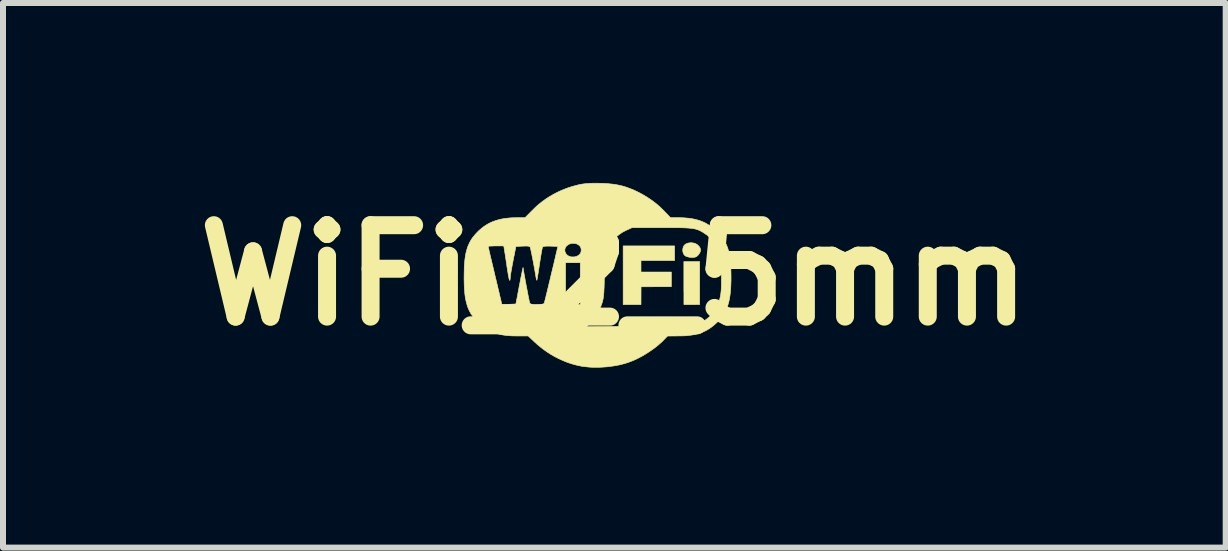
<source format=kicad_pcb>
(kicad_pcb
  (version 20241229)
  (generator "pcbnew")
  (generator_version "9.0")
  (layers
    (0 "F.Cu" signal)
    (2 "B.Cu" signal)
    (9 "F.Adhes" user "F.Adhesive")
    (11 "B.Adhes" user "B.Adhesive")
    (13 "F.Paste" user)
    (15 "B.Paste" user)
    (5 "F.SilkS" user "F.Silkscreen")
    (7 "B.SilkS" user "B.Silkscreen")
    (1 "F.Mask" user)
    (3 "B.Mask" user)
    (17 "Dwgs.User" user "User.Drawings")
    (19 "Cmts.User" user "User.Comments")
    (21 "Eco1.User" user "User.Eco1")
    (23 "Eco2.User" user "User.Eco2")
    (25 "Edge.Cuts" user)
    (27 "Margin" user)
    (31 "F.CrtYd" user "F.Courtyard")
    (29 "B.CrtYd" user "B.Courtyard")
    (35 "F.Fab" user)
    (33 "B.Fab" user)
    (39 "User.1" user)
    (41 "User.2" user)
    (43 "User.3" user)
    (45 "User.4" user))
  (footprint "WiFi_2_5mm"
    (layer "F.Cu")
    (at 7.192 1.539)
    (property "Reference" "WiFi_2_5mm" (at 0 0 0) (layer "F.SilkS") (effects (font (size 1.524 1.524) (thickness 0.3))))
    (attr through_hole)
    (fp_poly (pts (xy 2.242 -0.937) (xy 2.163 -0.937) (xy 2.163 -0.722) (xy 2.131 -0.722) (xy 2.131 -0.937) (xy 2.052 -0.937) (xy 2.052 -0.965) (xy 2.242 -0.965) (xy 2.242 -0.937)) (stroke (width 0.01) (type solid)) (fill yes) (layer "F.SilkS"))
    (fp_poly (pts (xy 1.004 -0.245) (xy 0.444 -0.245) (xy 0.444 -0.054) (xy 0.95 -0.054) (xy 0.95 0.191) (xy 0.697 0.191) (xy 0.445 0.192) (xy 0.444 0.489) (xy 0.147 0.489) (xy 0.147 -0.489) (xy 1.004 -0.489) (xy 1.004 -0.245)) (stroke (width 0.01) (type solid)) (fill yes) (layer "F.SilkS"))
    (fp_poly (pts (xy 1.422 0.488) (xy 1.292 0.489) (xy 1.271 0.489) (xy 1.251 0.489) (xy 1.233 0.489) (xy 1.216 0.489) (xy 1.201 0.489) (xy 1.188 0.489) (xy 1.177 0.489) (xy 1.169 0.488) (xy 1.163 0.488) (xy 1.161 0.488) (xy 1.161 0.488) (xy 1.16 0.486) (xy 1.16 0.481) (xy 1.16 0.473) (xy 1.16 0.463) (xy 1.16 0.449) (xy 1.16 0.433) (xy 1.16 0.414) (xy 1.16 0.393) (xy 1.16 0.37) (xy 1.16 0.345) (xy 1.16 0.318) (xy 1.16 0.29) (xy 1.159 0.26) (xy 1.159 0.229) (xy 1.159 0.196) (xy 1.159 0.163) (xy 1.159 0.13) (xy 1.159 -0.228) (xy 1.422 -0.228) (xy 1.422 0.488)) (stroke (width 0.01) (type solid)) (fill yes) (layer "F.SilkS"))
    (fp_poly (pts (xy 2.334 -0.93) (xy 2.337 -0.921) (xy 2.341 -0.909) (xy 2.346 -0.895) (xy 2.351 -0.88) (xy 2.356 -0.863) (xy 2.362 -0.846) (xy 2.368 -0.83) (xy 2.369 -0.825) (xy 2.393 -0.755) (xy 2.401 -0.778) (xy 2.403 -0.784) (xy 2.406 -0.793) (xy 2.41 -0.804) (xy 2.414 -0.817) (xy 2.419 -0.832) (xy 2.425 -0.847) (xy 2.43 -0.864) (xy 2.436 -0.881) (xy 2.436 -0.883) (xy 2.464 -0.965) (xy 2.506 -0.965) (xy 2.506 -0.722) (xy 2.492 -0.722) (xy 2.477 -0.723) (xy 2.477 -0.822) (xy 2.476 -0.921) (xy 2.443 -0.822) (xy 2.41 -0.723) (xy 2.393 -0.723) (xy 2.377 -0.722) (xy 2.343 -0.821) (xy 2.31 -0.92) (xy 2.309 -0.722) (xy 2.279 -0.722) (xy 2.279 -0.965) (xy 2.322 -0.965) (xy 2.334 -0.93)) (stroke (width 0.01) (type solid)) (fill yes) (layer "F.SilkS"))
    (fp_poly (pts (xy 1.292 -0.542) (xy 1.296 -0.541) (xy 1.321 -0.537) (xy 1.344 -0.531) (xy 1.364 -0.522) (xy 1.383 -0.51) (xy 1.4 -0.495) (xy 1.415 -0.478) (xy 1.42 -0.471) (xy 1.429 -0.456) (xy 1.434 -0.441) (xy 1.437 -0.427) (xy 1.437 -0.412) (xy 1.433 -0.397) (xy 1.427 -0.381) (xy 1.418 -0.364) (xy 1.409 -0.351) (xy 1.397 -0.336) (xy 1.384 -0.323) (xy 1.371 -0.313) (xy 1.357 -0.306) (xy 1.342 -0.301) (xy 1.34 -0.301) (xy 1.334 -0.3) (xy 1.325 -0.299) (xy 1.315 -0.298) (xy 1.305 -0.298) (xy 1.295 -0.297) (xy 1.286 -0.297) (xy 1.28 -0.297) (xy 1.278 -0.298) (xy 1.274 -0.298) (xy 1.267 -0.299) (xy 1.26 -0.3) (xy 1.258 -0.3) (xy 1.24 -0.303) (xy 1.223 -0.307) (xy 1.207 -0.312) (xy 1.193 -0.318) (xy 1.182 -0.324) (xy 1.174 -0.33) (xy 1.167 -0.338) (xy 1.16 -0.347) (xy 1.154 -0.358) (xy 1.15 -0.367) (xy 1.144 -0.385) (xy 1.141 -0.404) (xy 1.14 -0.423) (xy 1.142 -0.442) (xy 1.146 -0.46) (xy 1.152 -0.477) (xy 1.16 -0.492) (xy 1.17 -0.505) (xy 1.172 -0.506) (xy 1.184 -0.516) (xy 1.198 -0.525) (xy 1.215 -0.532) (xy 1.233 -0.537) (xy 1.252 -0.54) (xy 1.272 -0.542) (xy 1.292 -0.542)) (stroke (width 0.01) (type solid)) (fill yes) (layer "F.SilkS"))
    (fp_poly (pts (xy -0.222 -1.533) (xy -0.169 -1.531) (xy -0.117 -1.528) (xy -0.067 -1.523) (xy -0.019 -1.518) (xy 0.027 -1.511) (xy 0.07 -1.503) (xy 0.111 -1.494) (xy 0.148 -1.484) (xy 0.152 -1.484) (xy 0.206 -1.466) (xy 0.261 -1.446) (xy 0.317 -1.424) (xy 0.372 -1.398) (xy 0.428 -1.37) (xy 0.482 -1.34) (xy 0.536 -1.308) (xy 0.588 -1.274) (xy 0.639 -1.239) (xy 0.643 -1.235) (xy 0.666 -1.218) (xy 0.688 -1.201) (xy 0.709 -1.184) (xy 0.729 -1.167) (xy 0.75 -1.149) (xy 0.771 -1.129) (xy 0.792 -1.109) (xy 0.814 -1.087) (xy 0.838 -1.063) (xy 0.863 -1.036) (xy 0.867 -1.033) (xy 0.879 -1.02) (xy 0.89 -1.009) (xy 0.9 -0.998) (xy 0.91 -0.988) (xy 0.918 -0.979) (xy 0.924 -0.972) (xy 0.929 -0.967) (xy 0.932 -0.964) (xy 0.933 -0.964) (xy 0.936 -0.96) (xy 1.029 -0.96) (xy 1.048 -0.96) (xy 1.066 -0.96) (xy 1.084 -0.96) (xy 1.101 -0.96) (xy 1.116 -0.959) (xy 1.13 -0.959) (xy 1.141 -0.959) (xy 1.15 -0.958) (xy 1.152 -0.958) (xy 1.205 -0.954) (xy 1.255 -0.949) (xy 1.303 -0.941) (xy 1.349 -0.932) (xy 1.392 -0.92) (xy 1.434 -0.907) (xy 1.474 -0.891) (xy 1.512 -0.874) (xy 1.549 -0.853) (xy 1.585 -0.831) (xy 1.62 -0.806) (xy 1.654 -0.778) (xy 1.688 -0.748) (xy 1.705 -0.732) (xy 1.73 -0.706) (xy 1.754 -0.681) (xy 1.776 -0.655) (xy 1.796 -0.629) (xy 1.815 -0.603) (xy 1.833 -0.576) (xy 1.849 -0.548) (xy 1.863 -0.52) (xy 1.876 -0.49) (xy 1.888 -0.459) (xy 1.898 -0.427) (xy 1.908 -0.393) (xy 1.916 -0.358) (xy 1.923 -0.32) (xy 1.929 -0.281) (xy 1.934 -0.239) (xy 1.938 -0.195) (xy 1.941 -0.149) (xy 1.943 -0.1) (xy 1.944 -0.048) (xy 1.945 0.008) (xy 1.945 0.034) (xy 1.945 0.091) (xy 1.943 0.146) (xy 1.941 0.197) (xy 1.938 0.246) (xy 1.933 0.293) (xy 1.928 0.336) (xy 1.921 0.378) (xy 1.914 0.417) (xy 1.905 0.454) (xy 1.895 0.49) (xy 1.884 0.524) (xy 1.871 0.556) (xy 1.858 0.586) (xy 1.843 0.616) (xy 1.826 0.644) (xy 1.822 0.65) (xy 1.801 0.682) (xy 1.777 0.714) (xy 1.75 0.745) (xy 1.721 0.776) (xy 1.69 0.806) (xy 1.658 0.834) (xy 1.625 0.86) (xy 1.592 0.884) (xy 1.589 0.886) (xy 1.552 0.909) (xy 1.514 0.929) (xy 1.474 0.947) (xy 1.432 0.963) (xy 1.388 0.976) (xy 1.343 0.988) (xy 1.295 0.996) (xy 1.245 1.003) (xy 1.242 1.003) (xy 1.231 1.005) (xy 1.219 1.006) (xy 1.209 1.007) (xy 1.199 1.008) (xy 1.188 1.008) (xy 1.177 1.009) (xy 1.166 1.01) (xy 1.153 1.01) (xy 1.139 1.01) (xy 1.124 1.011) (xy 1.106 1.011) (xy 1.086 1.011) (xy 1.064 1.011) (xy 1.039 1.012) (xy 1.024 1.012) (xy 0.887 1.013) (xy 0.845 1.056) (xy 0.823 1.079) (xy 0.803 1.099) (xy 0.783 1.118) (xy 0.764 1.135) (xy 0.745 1.152) (xy 0.73 1.165) (xy 0.687 1.2) (xy 0.642 1.233) (xy 0.596 1.265) (xy 0.549 1.296) (xy 0.502 1.325) (xy 0.454 1.353) (xy 0.406 1.378) (xy 0.358 1.402) (xy 0.31 1.423) (xy 0.264 1.441) (xy 0.219 1.457) (xy 0.21 1.46) (xy 0.149 1.478) (xy 0.085 1.494) (xy 0.019 1.507) (xy -0.049 1.517) (xy -0.118 1.526) (xy -0.189 1.531) (xy -0.219 1.533) (xy -0.23 1.533) (xy -0.243 1.534) (xy -0.257 1.534) (xy -0.273 1.534) (xy -0.29 1.534) (xy -0.307 1.534) (xy -0.323 1.534) (xy -0.339 1.534) (xy -0.352 1.534) (xy -0.364 1.534) (xy -0.371 1.534) (xy -0.421 1.531) (xy -0.469 1.526) (xy -0.514 1.521) (xy -0.558 1.514) (xy -0.601 1.505) (xy -0.644 1.495) (xy -0.688 1.483) (xy -0.732 1.469) (xy -0.74 1.467) (xy -0.805 1.444) (xy -0.869 1.417) (xy -0.932 1.388) (xy -0.995 1.356) (xy -1.056 1.321) (xy -1.115 1.283) (xy -1.172 1.243) (xy -1.227 1.201) (xy -1.28 1.157) (xy -1.293 1.146) (xy -1.298 1.141) (xy -1.306 1.133) (xy -1.316 1.125) (xy -1.327 1.115) (xy -1.339 1.104) (xy -1.351 1.092) (xy -1.364 1.08) (xy -1.376 1.069) (xy -1.437 1.012) (xy -1.556 1.012) (xy -1.576 1.012) (xy -1.597 1.012) (xy -1.617 1.012) (xy -1.637 1.012) (xy -1.655 1.011) (xy -1.671 1.011) (xy -1.685 1.011) (xy -1.697 1.011) (xy -1.707 1.01) (xy -1.71 1.01) (xy -1.763 1.007) (xy -1.814 1.002) (xy -1.862 0.995) (xy -1.907 0.986) (xy -1.951 0.975) (xy -1.993 0.963) (xy -2.032 0.948) (xy -2.07 0.931) (xy -2.107 0.912) (xy -2.143 0.891) (xy -2.177 0.867) (xy -2.192 0.856) (xy -0.463 0.856) (xy -0.447 0.856) (xy -0.444 0.856) (xy -0.437 0.856) (xy -0.428 0.856) (xy -0.415 0.856) (xy -0.4 0.856) (xy -0.383 0.856) (xy -0.364 0.856) (xy -0.342 0.856) (xy -0.319 0.855) (xy -0.294 0.855) (xy -0.268 0.855) (xy -0.24 0.855) (xy -0.212 0.855) (xy -0.182 0.855) (xy -0.168 0.855) (xy -0.135 0.854) (xy -0.099 0.854) (xy -0.061 0.854) (xy -0.021 0.854) (xy 0.021 0.853) (xy 0.065 0.853) (xy 0.108 0.853) (xy 0.152 0.853) (xy 0.196 0.852) (xy 0.239 0.852) (xy 0.281 0.852) (xy 0.322 0.852) (xy 0.36 0.851) (xy 0.39 0.851) (xy 0.425 0.851) (xy 0.464 0.851) (xy 0.504 0.851) (xy 0.547 0.85) (xy 0.592 0.85) (xy 0.638 0.85) (xy 0.684 0.849) (xy 0.731 0.849) (xy 0.777 0.849) (xy 0.823 0.849) (xy 0.868 0.848) (xy 0.912 0.848) (xy 0.953 0.848) (xy 0.992 0.848) (xy 1.005 0.848) (xy 1.326 0.846) (xy 1.388 0.817) (xy 1.402 0.81) (xy 1.416 0.803) (xy 1.43 0.797) (xy 1.442 0.79) (xy 1.453 0.785) (xy 1.462 0.78) (xy 1.468 0.777) (xy 1.469 0.777) (xy 1.508 0.752) (xy 1.545 0.726) (xy 1.579 0.698) (xy 1.61 0.667) (xy 1.639 0.634) (xy 1.665 0.599) (xy 1.689 0.562) (xy 1.71 0.523) (xy 1.729 0.482) (xy 1.745 0.438) (xy 1.758 0.393) (xy 1.76 0.386) (xy 1.764 0.367) (xy 1.768 0.348) (xy 1.772 0.328) (xy 1.775 0.308) (xy 1.777 0.287) (xy 1.78 0.263) (xy 1.782 0.238) (xy 1.783 0.219) (xy 1.783 0.21) (xy 1.784 0.198) (xy 1.784 0.183) (xy 1.785 0.166) (xy 1.785 0.147) (xy 1.785 0.126) (xy 1.785 0.105) (xy 1.785 0.083) (xy 1.785 0.061) (xy 1.785 0.039) (xy 1.785 0.017) (xy 1.785 -0.003) (xy 1.784 -0.023) (xy 1.784 -0.04) (xy 1.784 -0.056) (xy 1.783 -0.069) (xy 1.783 -0.073) (xy 1.781 -0.119) (xy 1.778 -0.162) (xy 1.775 -0.201) (xy 1.772 -0.237) (xy 1.769 -0.27) (xy 1.766 -0.3) (xy 1.762 -0.326) (xy 1.758 -0.35) (xy 1.754 -0.37) (xy 1.75 -0.387) (xy 1.747 -0.396) (xy 1.737 -0.422) (xy 1.725 -0.449) (xy 1.71 -0.477) (xy 1.693 -0.505) (xy 1.674 -0.533) (xy 1.654 -0.561) (xy 1.647 -0.57) (xy 1.641 -0.577) (xy 1.632 -0.587) (xy 1.622 -0.597) (xy 1.611 -0.609) (xy 1.6 -0.62) (xy 1.589 -0.631) (xy 1.578 -0.642) (xy 1.568 -0.651) (xy 1.559 -0.658) (xy 1.556 -0.661) (xy 1.542 -0.672) (xy 1.525 -0.683) (xy 1.508 -0.695) (xy 1.49 -0.707) (xy 1.472 -0.719) (xy 1.454 -0.729) (xy 1.439 -0.737) (xy 1.431 -0.742) (xy 1.413 -0.75) (xy 1.395 -0.757) (xy 1.377 -0.763) (xy 1.358 -0.769) (xy 1.337 -0.774) (xy 1.315 -0.778) (xy 1.291 -0.781) (xy 1.264 -0.784) (xy 1.235 -0.787) (xy 1.203 -0.789) (xy 1.201 -0.789) (xy 1.191 -0.79) (xy 1.179 -0.79) (xy 1.167 -0.791) (xy 1.154 -0.791) (xy 1.139 -0.792) (xy 1.124 -0.792) (xy 1.107 -0.792) (xy 1.088 -0.793) (xy 1.067 -0.793) (xy 1.045 -0.793) (xy 1.021 -0.793) (xy 0.995 -0.793) (xy 0.966 -0.794) (xy 0.935 -0.794) (xy 0.902 -0.794) (xy 0.866 -0.794) (xy 0.828 -0.794) (xy 0.786 -0.794) (xy 0.741 -0.794) (xy 0.694 -0.794) (xy 0.665 -0.794) (xy 0.295 -0.794) (xy 0.232 -0.765) (xy 0.212 -0.756) (xy 0.195 -0.748) (xy 0.18 -0.74) (xy 0.167 -0.734) (xy 0.156 -0.728) (xy 0.146 -0.723) (xy 0.136 -0.717) (xy 0.127 -0.712) (xy 0.118 -0.706) (xy 0.111 -0.701) (xy 0.076 -0.676) (xy 0.043 -0.65) (xy 0.012 -0.621) (xy -0.017 -0.59) (xy -0.044 -0.558) (xy -0.069 -0.525) (xy -0.091 -0.491) (xy -0.11 -0.457) (xy -0.125 -0.422) (xy -0.126 -0.421) (xy -0.135 -0.396) (xy -0.143 -0.371) (xy -0.149 -0.347) (xy -0.154 -0.323) (xy -0.155 -0.32) (xy -0.156 -0.311) (xy -0.157 -0.302) (xy -0.159 -0.293) (xy -0.16 -0.284) (xy -0.161 -0.275) (xy -0.161 -0.264) (xy -0.162 -0.253) (xy -0.163 -0.24) (xy -0.163 -0.226) (xy -0.164 -0.211) (xy -0.164 -0.193) (xy -0.164 -0.174) (xy -0.165 -0.151) (xy -0.165 -0.127) (xy -0.165 -0.099) (xy -0.166 -0.069) (xy -0.166 -0.066) (xy -0.166 -0.018) (xy -0.167 0.028) (xy -0.168 0.07) (xy -0.168 0.109) (xy -0.169 0.145) (xy -0.17 0.179) (xy -0.171 0.21) (xy -0.173 0.238) (xy -0.174 0.264) (xy -0.175 0.288) (xy -0.177 0.31) (xy -0.179 0.33) (xy -0.181 0.348) (xy -0.183 0.365) (xy -0.185 0.379) (xy -0.187 0.393) (xy -0.189 0.4) (xy -0.199 0.443) (xy -0.213 0.487) (xy -0.23 0.53) (xy -0.249 0.573) (xy -0.27 0.614) (xy -0.294 0.655) (xy -0.319 0.693) (xy -0.346 0.729) (xy -0.36 0.746) (xy -0.365 0.752) (xy -0.372 0.759) (xy -0.38 0.768) (xy -0.389 0.778) (xy -0.399 0.788) (xy -0.409 0.799) (xy -0.416 0.806) (xy -0.425 0.816) (xy -0.434 0.826) (xy -0.442 0.834) (xy -0.449 0.841) (xy -0.455 0.847) (xy -0.458 0.851) (xy -0.46 0.852) (xy -0.463 0.856) (xy -2.192 0.856) (xy -2.211 0.841) (xy -2.244 0.813) (xy -2.266 0.792) (xy -2.291 0.767) (xy -2.315 0.742) (xy -2.336 0.716) (xy -2.357 0.691) (xy -2.375 0.664) (xy -2.393 0.637) (xy -2.408 0.61) (xy -2.423 0.581) (xy -2.436 0.551) (xy -2.448 0.52) (xy -2.458 0.487) (xy -2.467 0.453) (xy -2.476 0.417) (xy -2.483 0.379) (xy -2.489 0.339) (xy -2.494 0.296) (xy -2.497 0.252) (xy -2.501 0.205) (xy -2.503 0.155) (xy -2.504 0.102) (xy -2.505 0.047) (xy -2.504 -0.012) (xy -2.504 -0.013) (xy -2.504 -0.042) (xy -2.503 -0.069) (xy -2.503 -0.094) (xy -2.502 -0.116) (xy -2.502 -0.137) (xy -2.501 -0.156) (xy -2.5 -0.174) (xy -2.498 -0.192) (xy -2.497 -0.21) (xy -2.495 -0.228) (xy -2.493 -0.247) (xy -2.493 -0.249) (xy -2.487 -0.297) (xy -2.48 -0.342) (xy -2.471 -0.384) (xy -2.46 -0.424) (xy -2.449 -0.462) (xy -2.442 -0.48) (xy -2.103 -0.48) (xy -2.103 -0.476) (xy -2.103 -0.475) (xy -2.102 -0.472) (xy -2.1 -0.466) (xy -2.099 -0.457) (xy -2.096 -0.447) (xy -2.093 -0.435) (xy -2.09 -0.422) (xy -2.088 -0.41) (xy -2.085 -0.398) (xy -2.082 -0.387) (xy -2.079 -0.375) (xy -2.077 -0.363) (xy -2.074 -0.35) (xy -2.071 -0.337) (xy -2.068 -0.324) (xy -2.064 -0.309) (xy -2.061 -0.294) (xy -2.057 -0.277) (xy -2.052 -0.259) (xy -2.048 -0.239) (xy -2.042 -0.217) (xy -2.037 -0.194) (xy -2.031 -0.169) (xy -2.024 -0.141) (xy -2.017 -0.111) (xy -2.009 -0.078) (xy -2.001 -0.042) (xy -1.992 -0.004) (xy -1.985 0.026) (xy -1.973 0.074) (xy -1.963 0.119) (xy -1.952 0.162) (xy -1.943 0.202) (xy -1.934 0.24) (xy -1.925 0.275) (xy -1.918 0.308) (xy -1.911 0.338) (xy -1.904 0.365) (xy -1.898 0.389) (xy -1.893 0.411) (xy -1.889 0.429) (xy -1.886 0.444) (xy -1.883 0.457) (xy -1.881 0.466) (xy -1.88 0.468) (xy -1.879 0.475) (xy -1.877 0.48) (xy -1.876 0.483) (xy -1.876 0.484) (xy -1.873 0.485) (xy -1.868 0.485) (xy -1.86 0.485) (xy -1.85 0.485) (xy -1.837 0.486) (xy -1.823 0.485) (xy -1.807 0.485) (xy -1.79 0.485) (xy -1.773 0.485) (xy -1.755 0.484) (xy -1.737 0.483) (xy -1.719 0.483) (xy -1.704 0.482) (xy -1.689 0.481) (xy -1.676 0.481) (xy -1.664 0.48) (xy -1.655 0.479) (xy -1.648 0.479) (xy -1.644 0.479) (xy -1.642 0.478) (xy -1.642 0.477) (xy -1.641 0.472) (xy -1.639 0.464) (xy -1.637 0.454) (xy -1.635 0.441) (xy -1.632 0.427) (xy -1.629 0.41) (xy -1.625 0.392) (xy -1.621 0.372) (xy -1.617 0.351) (xy -1.613 0.33) (xy -1.613 0.329) (xy -1.606 0.291) (xy -1.599 0.256) (xy -1.593 0.224) (xy -1.588 0.195) (xy -1.583 0.168) (xy -1.578 0.143) (xy -1.573 0.12) (xy -1.569 0.099) (xy -1.566 0.079) (xy -1.562 0.061) (xy -1.559 0.043) (xy -1.555 0.026) (xy -1.552 0.01) (xy -1.549 -0.006) (xy -1.547 -0.014) (xy -1.544 -0.031) (xy -1.54 -0.048) (xy -1.537 -0.064) (xy -1.534 -0.079) (xy -1.531 -0.092) (xy -1.528 -0.104) (xy -1.526 -0.114) (xy -1.524 -0.122) (xy -1.523 -0.128) (xy -1.522 -0.13) (xy -1.522 -0.13) (xy -1.522 -0.128) (xy -1.521 -0.124) (xy -1.52 -0.117) (xy -1.518 -0.108) (xy -1.517 -0.098) (xy -1.516 -0.095) (xy -1.514 -0.083) (xy -1.512 -0.068) (xy -1.509 -0.051) (xy -1.506 -0.031) (xy -1.502 -0.01) (xy -1.498 0.012) (xy -1.494 0.036) (xy -1.489 0.061) (xy -1.485 0.087) (xy -1.48 0.114) (xy -1.475 0.141) (xy -1.47 0.168) (xy -1.464 0.196) (xy -1.459 0.223) (xy -1.454 0.25) (xy -1.449 0.276) (xy -1.444 0.301) (xy -1.44 0.325) (xy -1.435 0.348) (xy -1.431 0.37) (xy -1.427 0.389) (xy -1.423 0.407) (xy -1.42 0.423) (xy -1.417 0.436) (xy -1.415 0.446) (xy -1.413 0.454) (xy -1.412 0.459) (xy -1.412 0.459) (xy -1.408 0.466) (xy -1.403 0.472) (xy -1.397 0.477) (xy -1.388 0.481) (xy -1.377 0.483) (xy -1.362 0.486) (xy -1.36 0.486) (xy -1.354 0.486) (xy -1.346 0.487) (xy -1.335 0.487) (xy -1.323 0.487) (xy -1.309 0.487) (xy -1.295 0.487) (xy -1.28 0.487) (xy -1.266 0.486) (xy -1.252 0.486) (xy -1.24 0.486) (xy -1.229 0.485) (xy -1.221 0.485) (xy -1.215 0.484) (xy -1.214 0.484) (xy -1.202 0.482) (xy -1.192 0.479) (xy -1.183 0.476) (xy -1.177 0.473) (xy -1.175 0.472) (xy -1.173 0.47) (xy -1.172 0.469) (xy -1.171 0.466) (xy -1.169 0.463) (xy -1.168 0.459) (xy -1.166 0.453) (xy -1.164 0.446) (xy -1.161 0.436) (xy -1.158 0.424) (xy -1.155 0.41) (xy -1.15 0.393) (xy -1.149 0.386) (xy -1.145 0.372) (xy -1.141 0.356) (xy -1.137 0.337) (xy -1.132 0.317) (xy -1.126 0.294) (xy -1.12 0.27) (xy -1.114 0.244) (xy -1.107 0.216) (xy -1.1 0.188) (xy -1.093 0.158) (xy -1.086 0.127) (xy -1.078 0.096) (xy -1.07 0.063) (xy -1.063 0.031) (xy -1.055 -0.002) (xy -1.047 -0.035) (xy -1.039 -0.068) (xy -1.031 -0.101) (xy -1.023 -0.134) (xy -1.016 -0.166) (xy -1.008 -0.197) (xy -1.005 -0.209) (xy -0.813 -0.209) (xy -0.813 0.488) (xy -0.568 0.488) (xy -0.568 -0.209) (xy -0.813 -0.209) (xy -1.005 -0.209) (xy -1.001 -0.228) (xy -0.994 -0.257) (xy -0.987 -0.286) (xy -0.981 -0.313) (xy -0.975 -0.339) (xy -0.969 -0.363) (xy -0.964 -0.385) (xy -0.959 -0.405) (xy -0.956 -0.416) (xy -0.826 -0.416) (xy -0.824 -0.399) (xy -0.823 -0.395) (xy -0.816 -0.377) (xy -0.807 -0.36) (xy -0.796 -0.345) (xy -0.781 -0.333) (xy -0.765 -0.322) (xy -0.746 -0.314) (xy -0.726 -0.308) (xy -0.723 -0.307) (xy -0.712 -0.306) (xy -0.7 -0.306) (xy -0.687 -0.306) (xy -0.673 -0.306) (xy -0.661 -0.307) (xy -0.65 -0.309) (xy -0.648 -0.31) (xy -0.628 -0.316) (xy -0.61 -0.325) (xy -0.593 -0.336) (xy -0.579 -0.348) (xy -0.579 -0.348) (xy -0.569 -0.36) (xy -0.562 -0.374) (xy -0.556 -0.39) (xy -0.553 -0.407) (xy -0.553 -0.424) (xy -0.554 -0.441) (xy -0.559 -0.458) (xy -0.565 -0.473) (xy -0.572 -0.483) (xy -0.581 -0.493) (xy -0.592 -0.502) (xy -0.605 -0.511) (xy -0.619 -0.519) (xy -0.631 -0.524) (xy -0.645 -0.528) (xy -0.659 -0.531) (xy -0.674 -0.532) (xy -0.69 -0.532) (xy -0.692 -0.532) (xy -0.714 -0.53) (xy -0.733 -0.526) (xy -0.752 -0.519) (xy -0.77 -0.51) (xy -0.774 -0.507) (xy -0.79 -0.494) (xy -0.803 -0.481) (xy -0.813 -0.466) (xy -0.82 -0.45) (xy -0.825 -0.433) (xy -0.826 -0.416) (xy -0.956 -0.416) (xy -0.955 -0.424) (xy -0.951 -0.44) (xy -0.948 -0.453) (xy -0.945 -0.464) (xy -0.943 -0.472) (xy -0.942 -0.478) (xy -0.942 -0.48) (xy -0.942 -0.48) (xy -0.944 -0.48) (xy -0.948 -0.48) (xy -0.956 -0.481) (xy -0.965 -0.481) (xy -0.977 -0.482) (xy -0.99 -0.482) (xy -1.004 -0.483) (xy -1.008 -0.483) (xy -1.036 -0.484) (xy -1.062 -0.485) (xy -1.084 -0.486) (xy -1.104 -0.486) (xy -1.121 -0.486) (xy -1.136 -0.485) (xy -1.15 -0.484) (xy -1.161 -0.483) (xy -1.17 -0.482) (xy -1.178 -0.48) (xy -1.183 -0.479) (xy -1.189 -0.476) (xy -1.193 -0.474) (xy -1.195 -0.471) (xy -1.197 -0.469) (xy -1.199 -0.464) (xy -1.201 -0.455) (xy -1.204 -0.443) (xy -1.207 -0.428) (xy -1.211 -0.41) (xy -1.215 -0.388) (xy -1.219 -0.364) (xy -1.224 -0.336) (xy -1.229 -0.305) (xy -1.234 -0.272) (xy -1.24 -0.235) (xy -1.246 -0.195) (xy -1.253 -0.153) (xy -1.253 -0.149) (xy -1.257 -0.121) (xy -1.262 -0.095) (xy -1.266 -0.069) (xy -1.269 -0.044) (xy -1.273 -0.021) (xy -1.277 -0.000287) (xy -1.28 0.019) (xy -1.283 0.036) (xy -1.285 0.051) (xy -1.287 0.063) (xy -1.289 0.072) (xy -1.291 0.079) (xy -1.291 0.081) (xy -1.292 0.083) (xy -1.293 0.083) (xy -1.294 0.081) (xy -1.296 0.079) (xy -1.297 0.074) (xy -1.299 0.067) (xy -1.301 0.057) (xy -1.304 0.045) (xy -1.307 0.03) (xy -1.31 0.012) (xy -1.312 -0.002) (xy -1.316 -0.023) (xy -1.32 -0.047) (xy -1.324 -0.071) (xy -1.328 -0.096) (xy -1.333 -0.122) (xy -1.338 -0.149) (xy -1.343 -0.176) (xy -1.348 -0.203) (xy -1.353 -0.23) (xy -1.358 -0.256) (xy -1.363 -0.282) (xy -1.368 -0.307) (xy -1.373 -0.332) (xy -1.377 -0.354) (xy -1.382 -0.376) (xy -1.386 -0.395) (xy -1.39 -0.413) (xy -1.393 -0.428) (xy -1.396 -0.442) (xy -1.398 -0.452) (xy -1.4 -0.46) (xy -1.402 -0.464) (xy -1.402 -0.464) (xy -1.406 -0.472) (xy -1.413 -0.478) (xy -1.421 -0.482) (xy -1.422 -0.482) (xy -1.431 -0.484) (xy -1.442 -0.486) (xy -1.455 -0.487) (xy -1.469 -0.487) (xy -1.484 -0.487) (xy -1.487 -0.487) (xy -1.513 -0.486) (xy -1.537 -0.485) (xy -1.559 -0.484) (xy -1.579 -0.483) (xy -1.596 -0.482) (xy -1.611 -0.481) (xy -1.623 -0.481) (xy -1.632 -0.48) (xy -1.637 -0.48) (xy -1.64 -0.479) (xy -1.64 -0.479) (xy -1.641 -0.478) (xy -1.642 -0.473) (xy -1.644 -0.465) (xy -1.646 -0.455) (xy -1.648 -0.443) (xy -1.651 -0.429) (xy -1.654 -0.413) (xy -1.658 -0.395) (xy -1.662 -0.376) (xy -1.665 -0.357) (xy -1.669 -0.336) (xy -1.674 -0.316) (xy -1.678 -0.295) (xy -1.682 -0.274) (xy -1.686 -0.253) (xy -1.69 -0.233) (xy -1.693 -0.214) (xy -1.697 -0.197) (xy -1.7 -0.18) (xy -1.703 -0.165) (xy -1.705 -0.152) (xy -1.707 -0.142) (xy -1.708 -0.137) (xy -1.714 -0.106) (xy -1.719 -0.077) (xy -1.723 -0.052) (xy -1.727 -0.029) (xy -1.73 -0.008) (xy -1.732 0.01) (xy -1.734 0.026) (xy -1.735 0.04) (xy -1.736 0.047) (xy -1.737 0.061) (xy -1.738 0.072) (xy -1.739 0.079) (xy -1.741 0.084) (xy -1.742 0.085) (xy -1.743 0.085) (xy -1.745 0.084) (xy -1.747 0.081) (xy -1.749 0.076) (xy -1.752 0.069) (xy -1.755 0.059) (xy -1.758 0.047) (xy -1.761 0.032) (xy -1.764 0.015) (xy -1.768 -0.005) (xy -1.772 -0.027) (xy -1.776 -0.053) (xy -1.781 -0.081) (xy -1.785 -0.113) (xy -1.791 -0.147) (xy -1.796 -0.185) (xy -1.797 -0.191) (xy -1.802 -0.222) (xy -1.806 -0.253) (xy -1.811 -0.283) (xy -1.815 -0.311) (xy -1.819 -0.338) (xy -1.823 -0.363) (xy -1.827 -0.386) (xy -1.83 -0.408) (xy -1.833 -0.427) (xy -1.836 -0.444) (xy -1.838 -0.458) (xy -1.84 -0.47) (xy -1.842 -0.479) (xy -1.843 -0.485) (xy -1.844 -0.487) (xy -1.845 -0.488) (xy -1.847 -0.488) (xy -1.851 -0.488) (xy -1.857 -0.489) (xy -1.865 -0.489) (xy -1.876 -0.489) (xy -1.889 -0.489) (xy -1.906 -0.489) (xy -1.925 -0.489) (xy -1.927 -0.489) (xy -1.955 -0.489) (xy -1.981 -0.489) (xy -2.005 -0.489) (xy -2.026 -0.488) (xy -2.046 -0.487) (xy -2.062 -0.487) (xy -2.077 -0.486) (xy -2.088 -0.485) (xy -2.096 -0.483) (xy -2.102 -0.482) (xy -2.103 -0.482) (xy -2.103 -0.48) (xy -2.442 -0.48) (xy -2.435 -0.498) (xy -2.419 -0.533) (xy -2.402 -0.566) (xy -2.383 -0.598) (xy -2.362 -0.629) (xy -2.357 -0.635) (xy -2.334 -0.663) (xy -2.309 -0.692) (xy -2.282 -0.721) (xy -2.254 -0.748) (xy -2.225 -0.773) (xy -2.207 -0.788) (xy -2.172 -0.815) (xy -2.135 -0.839) (xy -2.097 -0.861) (xy -2.058 -0.881) (xy -2.017 -0.898) (xy -1.974 -0.913) (xy -1.929 -0.926) (xy -1.882 -0.937) (xy -1.833 -0.946) (xy -1.781 -0.952) (xy -1.727 -0.957) (xy -1.707 -0.958) (xy -1.7 -0.959) (xy -1.69 -0.959) (xy -1.677 -0.959) (xy -1.662 -0.959) (xy -1.646 -0.96) (xy -1.628 -0.96) (xy -1.61 -0.96) (xy -1.591 -0.96) (xy -1.583 -0.96) (xy -1.489 -0.96) (xy -1.405 -1.044) (xy -1.384 -1.066) (xy -1.364 -1.085) (xy -1.347 -1.102) (xy -1.331 -1.118) (xy -1.316 -1.132) (xy -1.303 -1.145) (xy -1.29 -1.156) (xy -1.277 -1.168) (xy -1.265 -1.178) (xy -1.252 -1.189) (xy -1.239 -1.199) (xy -1.225 -1.21) (xy -1.214 -1.219) (xy -1.156 -1.262) (xy -1.096 -1.302) (xy -1.034 -1.339) (xy -0.971 -1.373) (xy -0.907 -1.404) (xy -0.84 -1.432) (xy -0.772 -1.458) (xy -0.703 -1.48) (xy -0.633 -1.499) (xy -0.632 -1.499) (xy -0.605 -1.506) (xy -0.579 -1.512) (xy -0.554 -1.517) (xy -0.529 -1.521) (xy -0.504 -1.524) (xy -0.479 -1.527) (xy -0.452 -1.529) (xy -0.424 -1.531) (xy -0.394 -1.533) (xy -0.361 -1.534) (xy -0.332 -1.534) (xy -0.276 -1.534) (xy -0.222 -1.533)) (stroke (width 0.01) (type solid)) (fill yes) (layer "F.SilkS")))
  (gr_rect
    (start -3 -3)
    (end 17.384 6.079)
    (stroke (width 0.1) (type default))
    (fill no)
    (layer "Edge.Cuts")))
</source>
